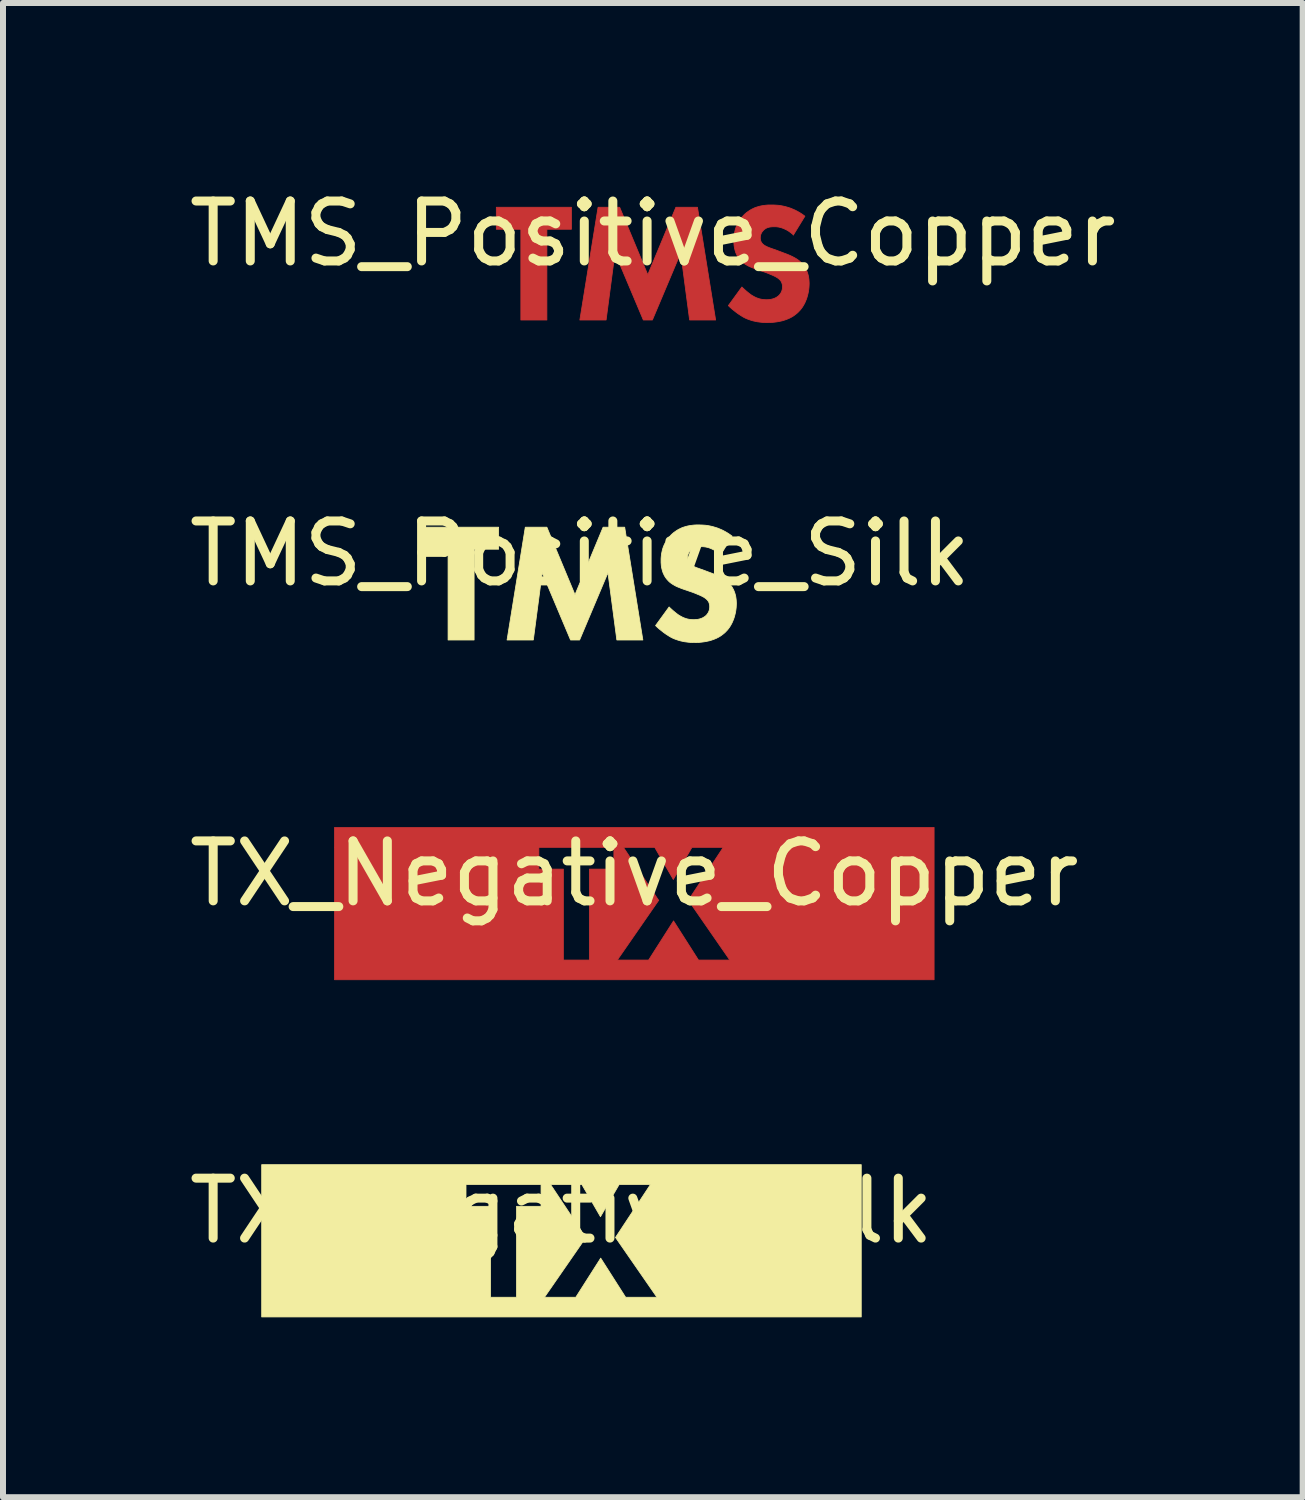
<source format=kicad_pcb>
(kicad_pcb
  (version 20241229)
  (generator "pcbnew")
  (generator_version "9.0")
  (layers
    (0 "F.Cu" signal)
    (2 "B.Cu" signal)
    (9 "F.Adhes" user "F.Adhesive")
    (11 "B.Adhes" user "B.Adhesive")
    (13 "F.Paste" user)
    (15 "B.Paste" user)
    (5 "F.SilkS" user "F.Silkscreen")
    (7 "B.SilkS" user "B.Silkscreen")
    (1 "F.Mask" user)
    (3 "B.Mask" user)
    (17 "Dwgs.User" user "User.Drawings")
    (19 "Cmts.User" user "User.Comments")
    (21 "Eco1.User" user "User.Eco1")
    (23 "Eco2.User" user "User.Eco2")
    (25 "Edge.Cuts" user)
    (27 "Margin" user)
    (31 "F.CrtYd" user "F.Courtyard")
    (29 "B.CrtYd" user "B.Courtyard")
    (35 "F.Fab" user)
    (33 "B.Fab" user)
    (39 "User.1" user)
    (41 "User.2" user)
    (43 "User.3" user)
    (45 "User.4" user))
  (footprint "TMS_Positive_Silk"
    (layer "F.Cu")
    (at 6.625 6.685)
    (property "Reference" "TMS_Positive_Silk" (at 0 -0.5 0) (unlocked yes) (layer "F.SilkS") (effects (font (size 1 1) (thickness 0.15))))
    (fp_poly (pts (xy -1.358 -0.574) (xy -1.767 -0.574) (xy -1.767 0.94) (xy -2.201 0.94) (xy -2.201 -0.574) (xy -2.61 -0.574) (xy -2.61 -0.941) (xy -1.358 -0.941)) (stroke (width 0.013) (type solid)) (fill yes) (layer "F.SilkS"))
    (fp_poly (pts (xy -0.084 0.185) (xy 0.385 -0.941) (xy 0.745 -0.941) (xy 1.048 0.94) (xy 0.614 0.94) (xy 0.466 -0.182) (xy -0.007 0.94) (xy -0.158 0.94) (xy -0.631 -0.182) (xy -0.779 0.94) (xy -1.217 0.94) (xy -0.913 -0.941) (xy -0.553 -0.941)) (stroke (width 0.013) (type solid)) (fill yes) (layer "F.SilkS"))
    (fp_poly (pts (xy 2.032 -0.978) (xy 2.061 -0.976) (xy 2.091 -0.974) (xy 2.123 -0.97) (xy 2.156 -0.964) (xy 2.19 -0.957) (xy 2.225 -0.948) (xy 2.262 -0.937) (xy 2.299 -0.925) (xy 2.337 -0.909) (xy 2.376 -0.892) (xy 2.416 -0.871) (xy 2.456 -0.848) (xy 2.496 -0.822) (xy 2.537 -0.792) (xy 2.343 -0.475) (xy 2.343 -0.482) (xy 2.317 -0.504) (xy 2.291 -0.524) (xy 2.266 -0.542) (xy 2.242 -0.557) (xy 2.218 -0.569) (xy 2.195 -0.58) (xy 2.173 -0.589) (xy 2.152 -0.597) (xy 2.132 -0.603) (xy 2.114 -0.607) (xy 2.096 -0.611) (xy 2.079 -0.613) (xy 2.064 -0.615) (xy 2.05 -0.616) (xy 2.025 -0.616) (xy 2.002 -0.616) (xy 1.991 -0.615) (xy 1.978 -0.614) (xy 1.966 -0.613) (xy 1.954 -0.611) (xy 1.942 -0.609) (xy 1.93 -0.606) (xy 1.918 -0.602) (xy 1.906 -0.598) (xy 1.894 -0.592) (xy 1.883 -0.586) (xy 1.872 -0.579) (xy 1.862 -0.572) (xy 1.857 -0.567) (xy 1.852 -0.563) (xy 1.847 -0.558) (xy 1.842 -0.553) (xy 1.837 -0.547) (xy 1.832 -0.541) (xy 1.827 -0.535) (xy 1.822 -0.529) (xy 1.818 -0.522) (xy 1.814 -0.515) (xy 1.81 -0.508) (xy 1.807 -0.501) (xy 1.804 -0.493) (xy 1.801 -0.485) (xy 1.798 -0.477) (xy 1.796 -0.468) (xy 1.795 -0.46) (xy 1.794 -0.451) (xy 1.793 -0.442) (xy 1.793 -0.433) (xy 1.793 -0.424) (xy 1.793 -0.416) (xy 1.794 -0.408) (xy 1.795 -0.401) (xy 1.797 -0.393) (xy 1.799 -0.386) (xy 1.801 -0.38) (xy 1.803 -0.373) (xy 1.806 -0.367) (xy 1.809 -0.361) (xy 1.813 -0.355) (xy 1.816 -0.349) (xy 1.821 -0.343) (xy 1.825 -0.338) (xy 1.83 -0.332) (xy 1.835 -0.327) (xy 1.844 -0.319) (xy 1.853 -0.312) (xy 1.863 -0.305) (xy 1.873 -0.299) (xy 1.885 -0.293) (xy 1.896 -0.287) (xy 1.909 -0.281) (xy 1.923 -0.275) (xy 1.937 -0.269) (xy 1.953 -0.263) (xy 1.987 -0.251) (xy 2.071 -0.221) (xy 2.212 -0.168) (xy 2.244 -0.156) (xy 2.277 -0.142) (xy 2.31 -0.127) (xy 2.327 -0.119) (xy 2.344 -0.11) (xy 2.361 -0.101) (xy 2.377 -0.092) (xy 2.394 -0.082) (xy 2.41 -0.071) (xy 2.426 -0.06) (xy 2.441 -0.049) (xy 2.456 -0.036) (xy 2.47 -0.023) (xy 2.49 -0.003) (xy 2.507 0.017) (xy 2.523 0.039) (xy 2.538 0.06) (xy 2.55 0.082) (xy 2.562 0.105) (xy 2.571 0.127) (xy 2.58 0.15) (xy 2.587 0.173) (xy 2.593 0.195) (xy 2.598 0.218) (xy 2.601 0.24) (xy 2.604 0.262) (xy 2.606 0.284) (xy 2.607 0.305) (xy 2.608 0.326) (xy 2.607 0.362) (xy 2.605 0.397) (xy 2.601 0.432) (xy 2.596 0.466) (xy 2.589 0.499) (xy 2.581 0.531) (xy 2.572 0.563) (xy 2.562 0.593) (xy 2.55 0.622) (xy 2.538 0.65) (xy 2.524 0.677) (xy 2.509 0.703) (xy 2.494 0.727) (xy 2.477 0.75) (xy 2.46 0.772) (xy 2.442 0.791) (xy 2.426 0.808) (xy 2.41 0.823) (xy 2.393 0.837) (xy 2.376 0.85) (xy 2.359 0.863) (xy 2.342 0.875) (xy 2.306 0.896) (xy 2.27 0.914) (xy 2.233 0.929) (xy 2.196 0.942) (xy 2.16 0.953) (xy 2.123 0.961) (xy 2.088 0.968) (xy 2.054 0.973) (xy 2.021 0.977) (xy 1.99 0.98) (xy 1.961 0.981) (xy 1.909 0.982) (xy 1.884 0.982) (xy 1.859 0.981) (xy 1.835 0.98) (xy 1.811 0.978) (xy 1.787 0.975) (xy 1.763 0.972) (xy 1.74 0.969) (xy 1.717 0.964) (xy 1.694 0.959) (xy 1.671 0.954) (xy 1.648 0.947) (xy 1.625 0.94) (xy 1.603 0.932) (xy 1.58 0.924) (xy 1.558 0.915) (xy 1.535 0.904) (xy 1.517 0.895) (xy 1.499 0.884) (xy 1.48 0.873) (xy 1.462 0.861) (xy 1.443 0.849) (xy 1.425 0.837) (xy 1.388 0.81) (xy 1.353 0.782) (xy 1.319 0.755) (xy 1.288 0.727) (xy 1.26 0.7) (xy 1.486 0.389) (xy 1.505 0.408) (xy 1.527 0.428) (xy 1.549 0.448) (xy 1.573 0.468) (xy 1.596 0.487) (xy 1.619 0.505) (xy 1.63 0.513) (xy 1.641 0.521) (xy 1.652 0.528) (xy 1.662 0.534) (xy 1.676 0.542) (xy 1.69 0.55) (xy 1.704 0.557) (xy 1.718 0.564) (xy 1.732 0.57) (xy 1.746 0.575) (xy 1.761 0.58) (xy 1.775 0.585) (xy 1.79 0.589) (xy 1.804 0.592) (xy 1.82 0.595) (xy 1.835 0.597) (xy 1.85 0.599) (xy 1.866 0.6) (xy 1.882 0.601) (xy 1.898 0.601) (xy 1.909 0.601) (xy 1.921 0.6) (xy 1.932 0.6) (xy 1.944 0.598) (xy 1.957 0.597) (xy 1.969 0.595) (xy 1.982 0.592) (xy 1.995 0.589) (xy 2.008 0.585) (xy 2.021 0.581) (xy 2.033 0.576) (xy 2.046 0.57) (xy 2.059 0.563) (xy 2.072 0.555) (xy 2.084 0.547) (xy 2.096 0.537) (xy 2.103 0.531) (xy 2.109 0.525) (xy 2.115 0.518) (xy 2.121 0.51) (xy 2.127 0.502) (xy 2.133 0.494) (xy 2.138 0.485) (xy 2.143 0.476) (xy 2.147 0.467) (xy 2.151 0.456) (xy 2.155 0.446) (xy 2.156 0.44) (xy 2.158 0.435) (xy 2.159 0.429) (xy 2.16 0.423) (xy 2.161 0.417) (xy 2.162 0.411) (xy 2.162 0.405) (xy 2.163 0.399) (xy 2.163 0.392) (xy 2.163 0.386) (xy 2.163 0.374) (xy 2.162 0.363) (xy 2.161 0.353) (xy 2.159 0.343) (xy 2.156 0.333) (xy 2.153 0.324) (xy 2.15 0.315) (xy 2.146 0.307) (xy 2.142 0.299) (xy 2.137 0.291) (xy 2.132 0.284) (xy 2.126 0.277) (xy 2.12 0.27) (xy 2.113 0.264) (xy 2.107 0.258) (xy 2.1 0.252) (xy 2.09 0.244) (xy 2.078 0.236) (xy 2.066 0.228) (xy 2.052 0.22) (xy 2.038 0.213) (xy 2.023 0.205) (xy 1.992 0.191) (xy 1.96 0.178) (xy 1.93 0.165) (xy 1.881 0.146) (xy 1.726 0.093) (xy 1.692 0.081) (xy 1.658 0.067) (xy 1.623 0.053) (xy 1.606 0.045) (xy 1.588 0.036) (xy 1.572 0.027) (xy 1.555 0.017) (xy 1.539 0.007) (xy 1.523 -0.004) (xy 1.507 -0.015) (xy 1.492 -0.028) (xy 1.478 -0.041) (xy 1.465 -0.055) (xy 1.447 -0.075) (xy 1.431 -0.096) (xy 1.417 -0.117) (xy 1.405 -0.138) (xy 1.395 -0.16) (xy 1.385 -0.181) (xy 1.378 -0.203) (xy 1.371 -0.225) (xy 1.366 -0.246) (xy 1.361 -0.267) (xy 1.358 -0.288) (xy 1.355 -0.308) (xy 1.354 -0.328) (xy 1.352 -0.347) (xy 1.352 -0.383) (xy 1.352 -0.414) (xy 1.354 -0.444) (xy 1.357 -0.474) (xy 1.361 -0.503) (xy 1.367 -0.531) (xy 1.373 -0.559) (xy 1.381 -0.587) (xy 1.39 -0.613) (xy 1.401 -0.64) (xy 1.413 -0.665) (xy 1.426 -0.69) (xy 1.441 -0.715) (xy 1.457 -0.739) (xy 1.475 -0.762) (xy 1.494 -0.784) (xy 1.514 -0.807) (xy 1.539 -0.831) (xy 1.565 -0.853) (xy 1.592 -0.872) (xy 1.618 -0.89) (xy 1.646 -0.906) (xy 1.674 -0.92) (xy 1.702 -0.933) (xy 1.731 -0.943) (xy 1.76 -0.952) (xy 1.79 -0.96) (xy 1.82 -0.966) (xy 1.851 -0.971) (xy 1.883 -0.975) (xy 1.914 -0.978) (xy 1.947 -0.979) (xy 1.98 -0.979)) (stroke (width 0.013) (type solid)) (fill yes) (layer "F.SilkS")))
  (footprint "TMS_Positive_Copper"
    (layer "F.Cu")
    (at 7.839 1.348)
    (property "Reference" "TMS_Positive_Copper" (at 0 -0.5 0) (unlocked yes) (layer "F.SilkS") (effects (font (size 1 1) (thickness 0.15))))
    (fp_poly (pts (xy -1.358 -0.574) (xy -1.767 -0.574) (xy -1.767 0.94) (xy -2.201 0.94) (xy -2.201 -0.574) (xy -2.61 -0.574) (xy -2.61 -0.941) (xy -1.358 -0.941)) (stroke (width 0.013) (type solid)) (fill yes) (layer "F.Cu"))
    (fp_poly (pts (xy -0.084 0.185) (xy 0.385 -0.941) (xy 0.745 -0.941) (xy 1.048 0.94) (xy 0.614 0.94) (xy 0.466 -0.182) (xy -0.007 0.94) (xy -0.158 0.94) (xy -0.631 -0.182) (xy -0.779 0.94) (xy -1.217 0.94) (xy -0.913 -0.941) (xy -0.553 -0.941)) (stroke (width 0.013) (type solid)) (fill yes) (layer "F.Cu"))
    (fp_poly (pts (xy 2.032 -0.978) (xy 2.061 -0.976) (xy 2.091 -0.974) (xy 2.123 -0.97) (xy 2.156 -0.964) (xy 2.19 -0.957) (xy 2.225 -0.948) (xy 2.262 -0.937) (xy 2.299 -0.925) (xy 2.337 -0.909) (xy 2.376 -0.892) (xy 2.416 -0.871) (xy 2.456 -0.848) (xy 2.496 -0.822) (xy 2.537 -0.792) (xy 2.343 -0.475) (xy 2.343 -0.482) (xy 2.317 -0.504) (xy 2.291 -0.524) (xy 2.266 -0.542) (xy 2.242 -0.557) (xy 2.218 -0.569) (xy 2.195 -0.58) (xy 2.173 -0.589) (xy 2.152 -0.597) (xy 2.132 -0.603) (xy 2.114 -0.607) (xy 2.096 -0.611) (xy 2.079 -0.613) (xy 2.064 -0.615) (xy 2.05 -0.616) (xy 2.025 -0.616) (xy 2.002 -0.616) (xy 1.991 -0.615) (xy 1.978 -0.614) (xy 1.966 -0.613) (xy 1.954 -0.611) (xy 1.942 -0.609) (xy 1.93 -0.606) (xy 1.918 -0.602) (xy 1.906 -0.598) (xy 1.894 -0.592) (xy 1.883 -0.586) (xy 1.872 -0.579) (xy 1.862 -0.572) (xy 1.857 -0.567) (xy 1.852 -0.563) (xy 1.847 -0.558) (xy 1.842 -0.553) (xy 1.837 -0.547) (xy 1.832 -0.541) (xy 1.827 -0.535) (xy 1.822 -0.529) (xy 1.818 -0.522) (xy 1.814 -0.515) (xy 1.81 -0.508) (xy 1.807 -0.501) (xy 1.804 -0.493) (xy 1.801 -0.485) (xy 1.798 -0.477) (xy 1.796 -0.468) (xy 1.795 -0.46) (xy 1.794 -0.451) (xy 1.793 -0.442) (xy 1.793 -0.433) (xy 1.793 -0.424) (xy 1.793 -0.416) (xy 1.794 -0.408) (xy 1.795 -0.401) (xy 1.797 -0.393) (xy 1.799 -0.386) (xy 1.801 -0.38) (xy 1.803 -0.373) (xy 1.806 -0.367) (xy 1.809 -0.361) (xy 1.813 -0.355) (xy 1.816 -0.349) (xy 1.821 -0.343) (xy 1.825 -0.338) (xy 1.83 -0.332) (xy 1.835 -0.327) (xy 1.844 -0.319) (xy 1.853 -0.312) (xy 1.863 -0.305) (xy 1.873 -0.299) (xy 1.885 -0.293) (xy 1.896 -0.287) (xy 1.909 -0.281) (xy 1.923 -0.275) (xy 1.937 -0.269) (xy 1.953 -0.263) (xy 1.987 -0.251) (xy 2.071 -0.221) (xy 2.212 -0.168) (xy 2.244 -0.156) (xy 2.277 -0.142) (xy 2.31 -0.127) (xy 2.327 -0.119) (xy 2.344 -0.11) (xy 2.361 -0.101) (xy 2.377 -0.092) (xy 2.394 -0.082) (xy 2.41 -0.071) (xy 2.426 -0.06) (xy 2.441 -0.049) (xy 2.456 -0.036) (xy 2.47 -0.023) (xy 2.49 -0.003) (xy 2.507 0.017) (xy 2.523 0.039) (xy 2.538 0.06) (xy 2.55 0.082) (xy 2.562 0.105) (xy 2.571 0.127) (xy 2.58 0.15) (xy 2.587 0.173) (xy 2.593 0.195) (xy 2.598 0.218) (xy 2.601 0.24) (xy 2.604 0.262) (xy 2.606 0.284) (xy 2.607 0.305) (xy 2.608 0.326) (xy 2.607 0.362) (xy 2.605 0.397) (xy 2.601 0.432) (xy 2.596 0.466) (xy 2.589 0.499) (xy 2.581 0.531) (xy 2.572 0.563) (xy 2.562 0.593) (xy 2.55 0.622) (xy 2.538 0.65) (xy 2.524 0.677) (xy 2.509 0.703) (xy 2.494 0.727) (xy 2.477 0.75) (xy 2.46 0.772) (xy 2.442 0.791) (xy 2.426 0.808) (xy 2.41 0.823) (xy 2.393 0.837) (xy 2.376 0.85) (xy 2.359 0.863) (xy 2.342 0.875) (xy 2.306 0.896) (xy 2.27 0.914) (xy 2.233 0.929) (xy 2.196 0.942) (xy 2.16 0.953) (xy 2.123 0.961) (xy 2.088 0.968) (xy 2.054 0.973) (xy 2.021 0.977) (xy 1.99 0.98) (xy 1.961 0.981) (xy 1.909 0.982) (xy 1.884 0.982) (xy 1.859 0.981) (xy 1.835 0.98) (xy 1.811 0.978) (xy 1.787 0.975) (xy 1.763 0.972) (xy 1.74 0.969) (xy 1.717 0.964) (xy 1.694 0.959) (xy 1.671 0.954) (xy 1.648 0.947) (xy 1.625 0.94) (xy 1.603 0.932) (xy 1.58 0.924) (xy 1.558 0.915) (xy 1.535 0.904) (xy 1.517 0.895) (xy 1.499 0.884) (xy 1.48 0.873) (xy 1.462 0.861) (xy 1.443 0.849) (xy 1.425 0.837) (xy 1.388 0.81) (xy 1.353 0.782) (xy 1.319 0.755) (xy 1.288 0.727) (xy 1.26 0.7) (xy 1.486 0.389) (xy 1.505 0.408) (xy 1.527 0.428) (xy 1.549 0.448) (xy 1.573 0.468) (xy 1.596 0.487) (xy 1.619 0.505) (xy 1.63 0.513) (xy 1.641 0.521) (xy 1.652 0.528) (xy 1.662 0.534) (xy 1.676 0.542) (xy 1.69 0.55) (xy 1.704 0.557) (xy 1.718 0.564) (xy 1.732 0.57) (xy 1.746 0.575) (xy 1.761 0.58) (xy 1.775 0.585) (xy 1.79 0.589) (xy 1.804 0.592) (xy 1.82 0.595) (xy 1.835 0.597) (xy 1.85 0.599) (xy 1.866 0.6) (xy 1.882 0.601) (xy 1.898 0.601) (xy 1.909 0.601) (xy 1.921 0.6) (xy 1.932 0.6) (xy 1.944 0.598) (xy 1.957 0.597) (xy 1.969 0.595) (xy 1.982 0.592) (xy 1.995 0.589) (xy 2.008 0.585) (xy 2.021 0.581) (xy 2.033 0.576) (xy 2.046 0.57) (xy 2.059 0.563) (xy 2.072 0.555) (xy 2.084 0.547) (xy 2.096 0.537) (xy 2.103 0.531) (xy 2.109 0.525) (xy 2.115 0.518) (xy 2.121 0.51) (xy 2.127 0.502) (xy 2.133 0.494) (xy 2.138 0.485) (xy 2.143 0.476) (xy 2.147 0.467) (xy 2.151 0.456) (xy 2.155 0.446) (xy 2.156 0.44) (xy 2.158 0.435) (xy 2.159 0.429) (xy 2.16 0.423) (xy 2.161 0.417) (xy 2.162 0.411) (xy 2.162 0.405) (xy 2.163 0.399) (xy 2.163 0.392) (xy 2.163 0.386) (xy 2.163 0.374) (xy 2.162 0.363) (xy 2.161 0.353) (xy 2.159 0.343) (xy 2.156 0.333) (xy 2.153 0.324) (xy 2.15 0.315) (xy 2.146 0.307) (xy 2.142 0.299) (xy 2.137 0.291) (xy 2.132 0.284) (xy 2.126 0.277) (xy 2.12 0.27) (xy 2.113 0.264) (xy 2.107 0.258) (xy 2.1 0.252) (xy 2.09 0.244) (xy 2.078 0.236) (xy 2.066 0.228) (xy 2.052 0.22) (xy 2.038 0.213) (xy 2.023 0.205) (xy 1.992 0.191) (xy 1.96 0.178) (xy 1.93 0.165) (xy 1.881 0.146) (xy 1.726 0.093) (xy 1.692 0.081) (xy 1.658 0.067) (xy 1.623 0.053) (xy 1.606 0.045) (xy 1.588 0.036) (xy 1.572 0.027) (xy 1.555 0.017) (xy 1.539 0.007) (xy 1.523 -0.004) (xy 1.507 -0.015) (xy 1.492 -0.028) (xy 1.478 -0.041) (xy 1.465 -0.055) (xy 1.447 -0.075) (xy 1.431 -0.096) (xy 1.417 -0.117) (xy 1.405 -0.138) (xy 1.395 -0.16) (xy 1.385 -0.181) (xy 1.378 -0.203) (xy 1.371 -0.225) (xy 1.366 -0.246) (xy 1.361 -0.267) (xy 1.358 -0.288) (xy 1.355 -0.308) (xy 1.354 -0.328) (xy 1.352 -0.347) (xy 1.352 -0.383) (xy 1.352 -0.414) (xy 1.354 -0.444) (xy 1.357 -0.474) (xy 1.361 -0.503) (xy 1.367 -0.531) (xy 1.373 -0.559) (xy 1.381 -0.587) (xy 1.39 -0.613) (xy 1.401 -0.64) (xy 1.413 -0.665) (xy 1.426 -0.69) (xy 1.441 -0.715) (xy 1.457 -0.739) (xy 1.475 -0.762) (xy 1.494 -0.784) (xy 1.514 -0.807) (xy 1.539 -0.831) (xy 1.565 -0.853) (xy 1.592 -0.872) (xy 1.618 -0.89) (xy 1.646 -0.906) (xy 1.674 -0.92) (xy 1.702 -0.933) (xy 1.731 -0.943) (xy 1.76 -0.952) (xy 1.79 -0.96) (xy 1.82 -0.966) (xy 1.851 -0.971) (xy 1.883 -0.975) (xy 1.914 -0.978) (xy 1.947 -0.979) (xy 1.98 -0.979)) (stroke (width 0.013) (type solid)) (fill yes) (layer "F.Cu")))
  (footprint "TX_Negative_Copper"
    (layer "F.Cu")
    (at 7.53 12.022)
    (property "Reference" "TX_Negative_Copper" (at 0 -0.5 0) (unlocked yes) (layer "F.SilkS") (effects (font (size 1 1) (thickness 0.15))))
    (fp_poly (pts (xy 5.001 1.27) (xy -5 1.27) (xy -5 -0.575) (xy -1.592 -0.575) (xy -1.183 -0.575) (xy -1.183 0.942) (xy -0.749 0.942) (xy -0.283 0.942) (xy 0.239 0.942) (xy 0.655 0.289) (xy 1.071 0.942) (xy 1.593 0.942) (xy 0.902 -0.056) (xy 1.484 -0.938) (xy 0.962 -0.938) (xy 0.651 -0.402) (xy 0.341 -0.938) (xy -0.181 -0.938) (xy 0.405 -0.056) (xy 0.408 -0.056) (xy -0.283 0.942) (xy -0.749 0.942) (xy -0.749 -0.575) (xy -0.34 -0.575) (xy -0.34 -0.938) (xy -1.592 -0.938) (xy -1.592 -0.575) (xy -5 -0.575) (xy -5 -1.27) (xy 5.001 -1.27)) (stroke (width 0.013) (type solid)) (fill yes) (layer "F.Cu")))
  (footprint "TX_Negative_Silk"
    (layer "F.Cu")
    (at 6.315 17.647)
    (property "Reference" "TX_Negative_Silk" (at 0 -0.5 0) (unlocked yes) (layer "F.SilkS") (effects (font (size 1 1) (thickness 0.15))))
    (fp_poly (pts (xy 5.001 1.27) (xy -5 1.27) (xy -5 -0.575) (xy -1.592 -0.575) (xy -1.183 -0.575) (xy -1.183 0.942) (xy -0.749 0.942) (xy -0.283 0.942) (xy 0.239 0.942) (xy 0.655 0.289) (xy 1.071 0.942) (xy 1.593 0.942) (xy 0.902 -0.056) (xy 1.484 -0.938) (xy 0.962 -0.938) (xy 0.651 -0.402) (xy 0.341 -0.938) (xy -0.181 -0.938) (xy 0.405 -0.056) (xy 0.408 -0.056) (xy -0.283 0.942) (xy -0.749 0.942) (xy -0.749 -0.575) (xy -0.34 -0.575) (xy -0.34 -0.938) (xy -1.592 -0.938) (xy -1.592 -0.575) (xy -5 -0.575) (xy -5 -1.27) (xy 5.001 -1.27)) (stroke (width 0.013) (type solid)) (fill yes) (layer "F.SilkS")))
  (gr_rect
    (start -3 -3)
    (end 18.679 21.924)
    (stroke (width 0.1) (type default))
    (fill no)
    (layer "Edge.Cuts")))
</source>
